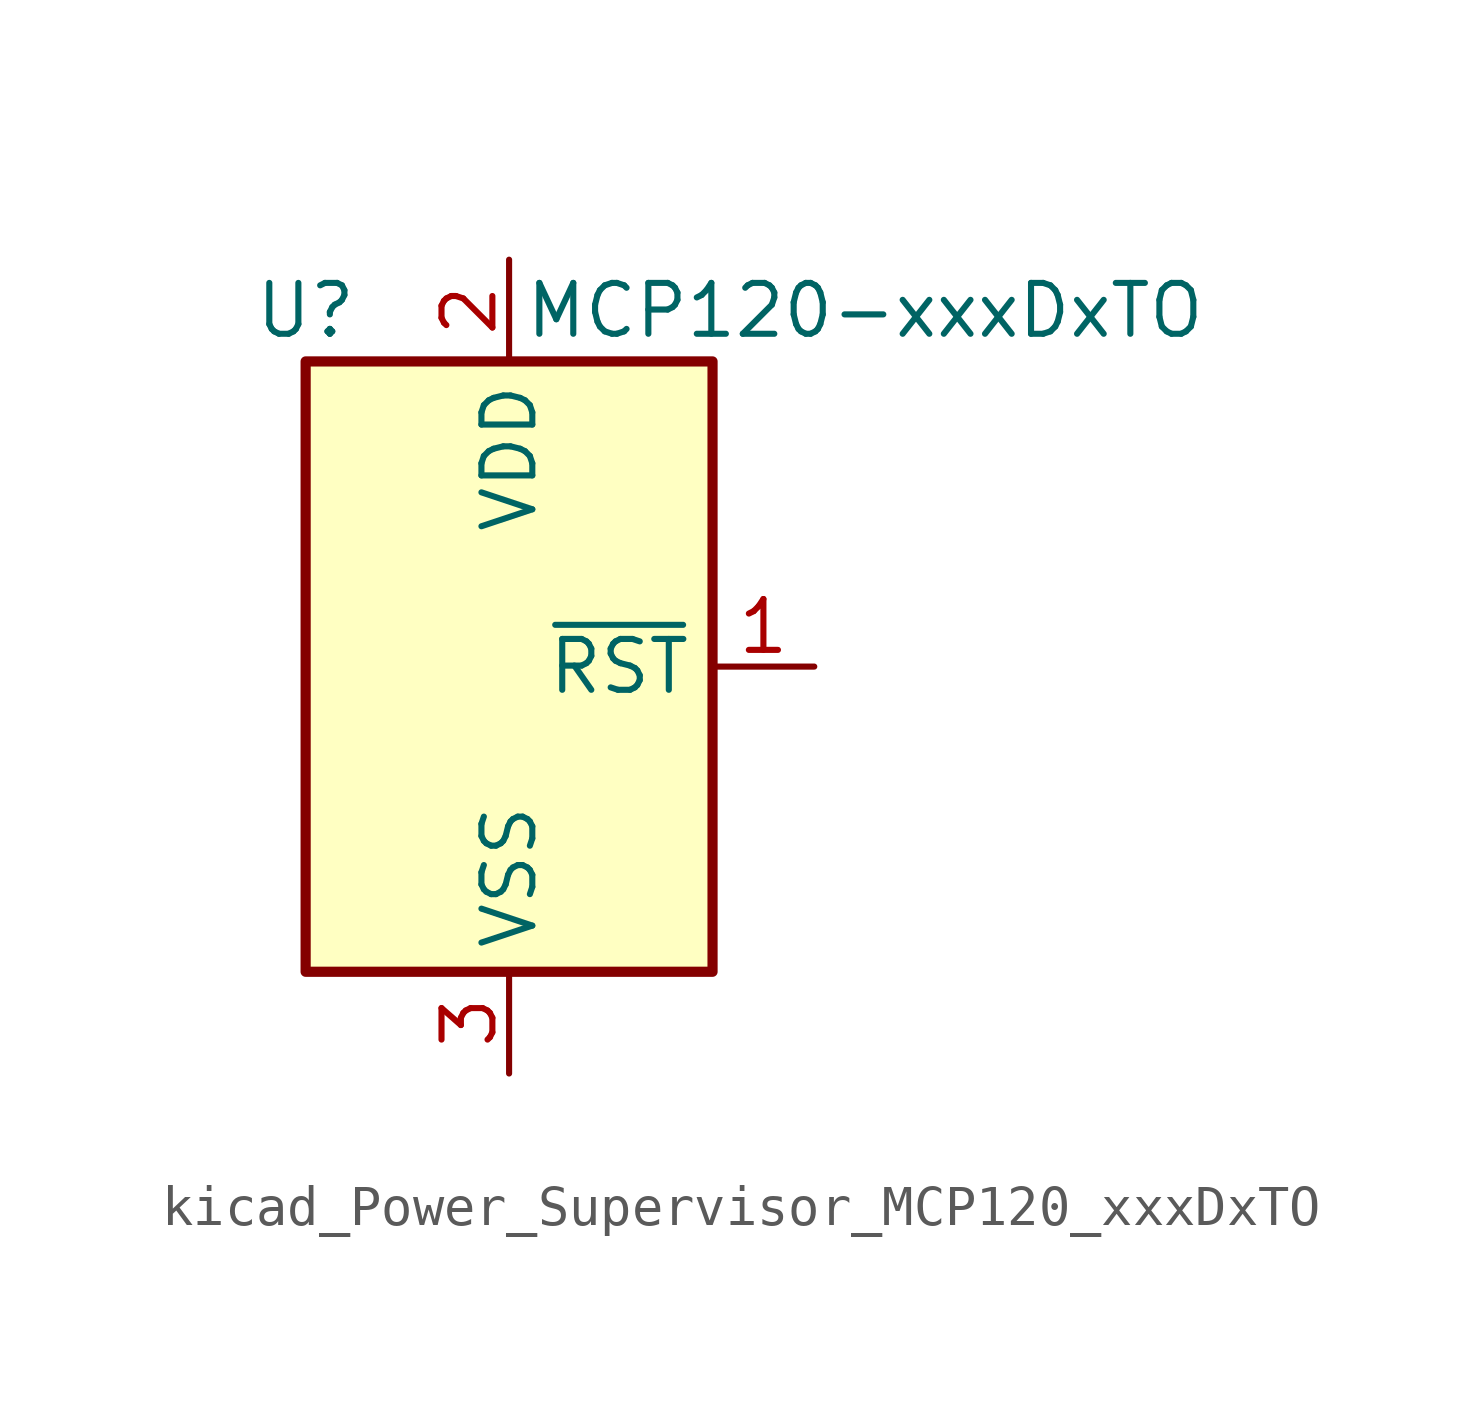
<source format=kicad_sym>
(kicad_symbol_lib
  (version 20220914)
  (generator kicad_symbol_editor)
  (symbol "kicad_Power_Supervisor_MCP120_xxxDxTO"
    (property "Reference" "U"
      (at -5.08 8.89 0)
      (effects (font (size 1.27 1.27))))
    (property "Value" "MCP120-xxxDxTO"
      (at 8.89 8.89 0)
      (effects (font (size 1.27 1.27))))
    (symbol "kicad_Power_Supervisor_MCP120_xxxDxTO_0_1"
      (rectangle (start 5.08 7.62) (end -5.08 -7.62) (stroke (width 0.254) (type default)) (fill (type background)))
      (pin power_in line (at 0 10.16 270) (length 2.54) (name "VDD" (effects (font (size 1.27 1.27)))) (number "2" (effects (font (size 1.27 1.27))))))
    (symbol "kicad_Power_Supervisor_MCP120_xxxDxTO_1_1"
      (pin open_collector line (at 7.62 0 180) (length 2.54) (name "~{RST}" (effects (font (size 1.27 1.27)))) (number "1" (effects (font (size 1.27 1.27)))))
      (pin power_in line (at 0 -10.16 90) (length 2.54) (name "VSS" (effects (font (size 1.27 1.27)))) (number "3" (effects (font (size 1.27 1.27))))))))
</source>
